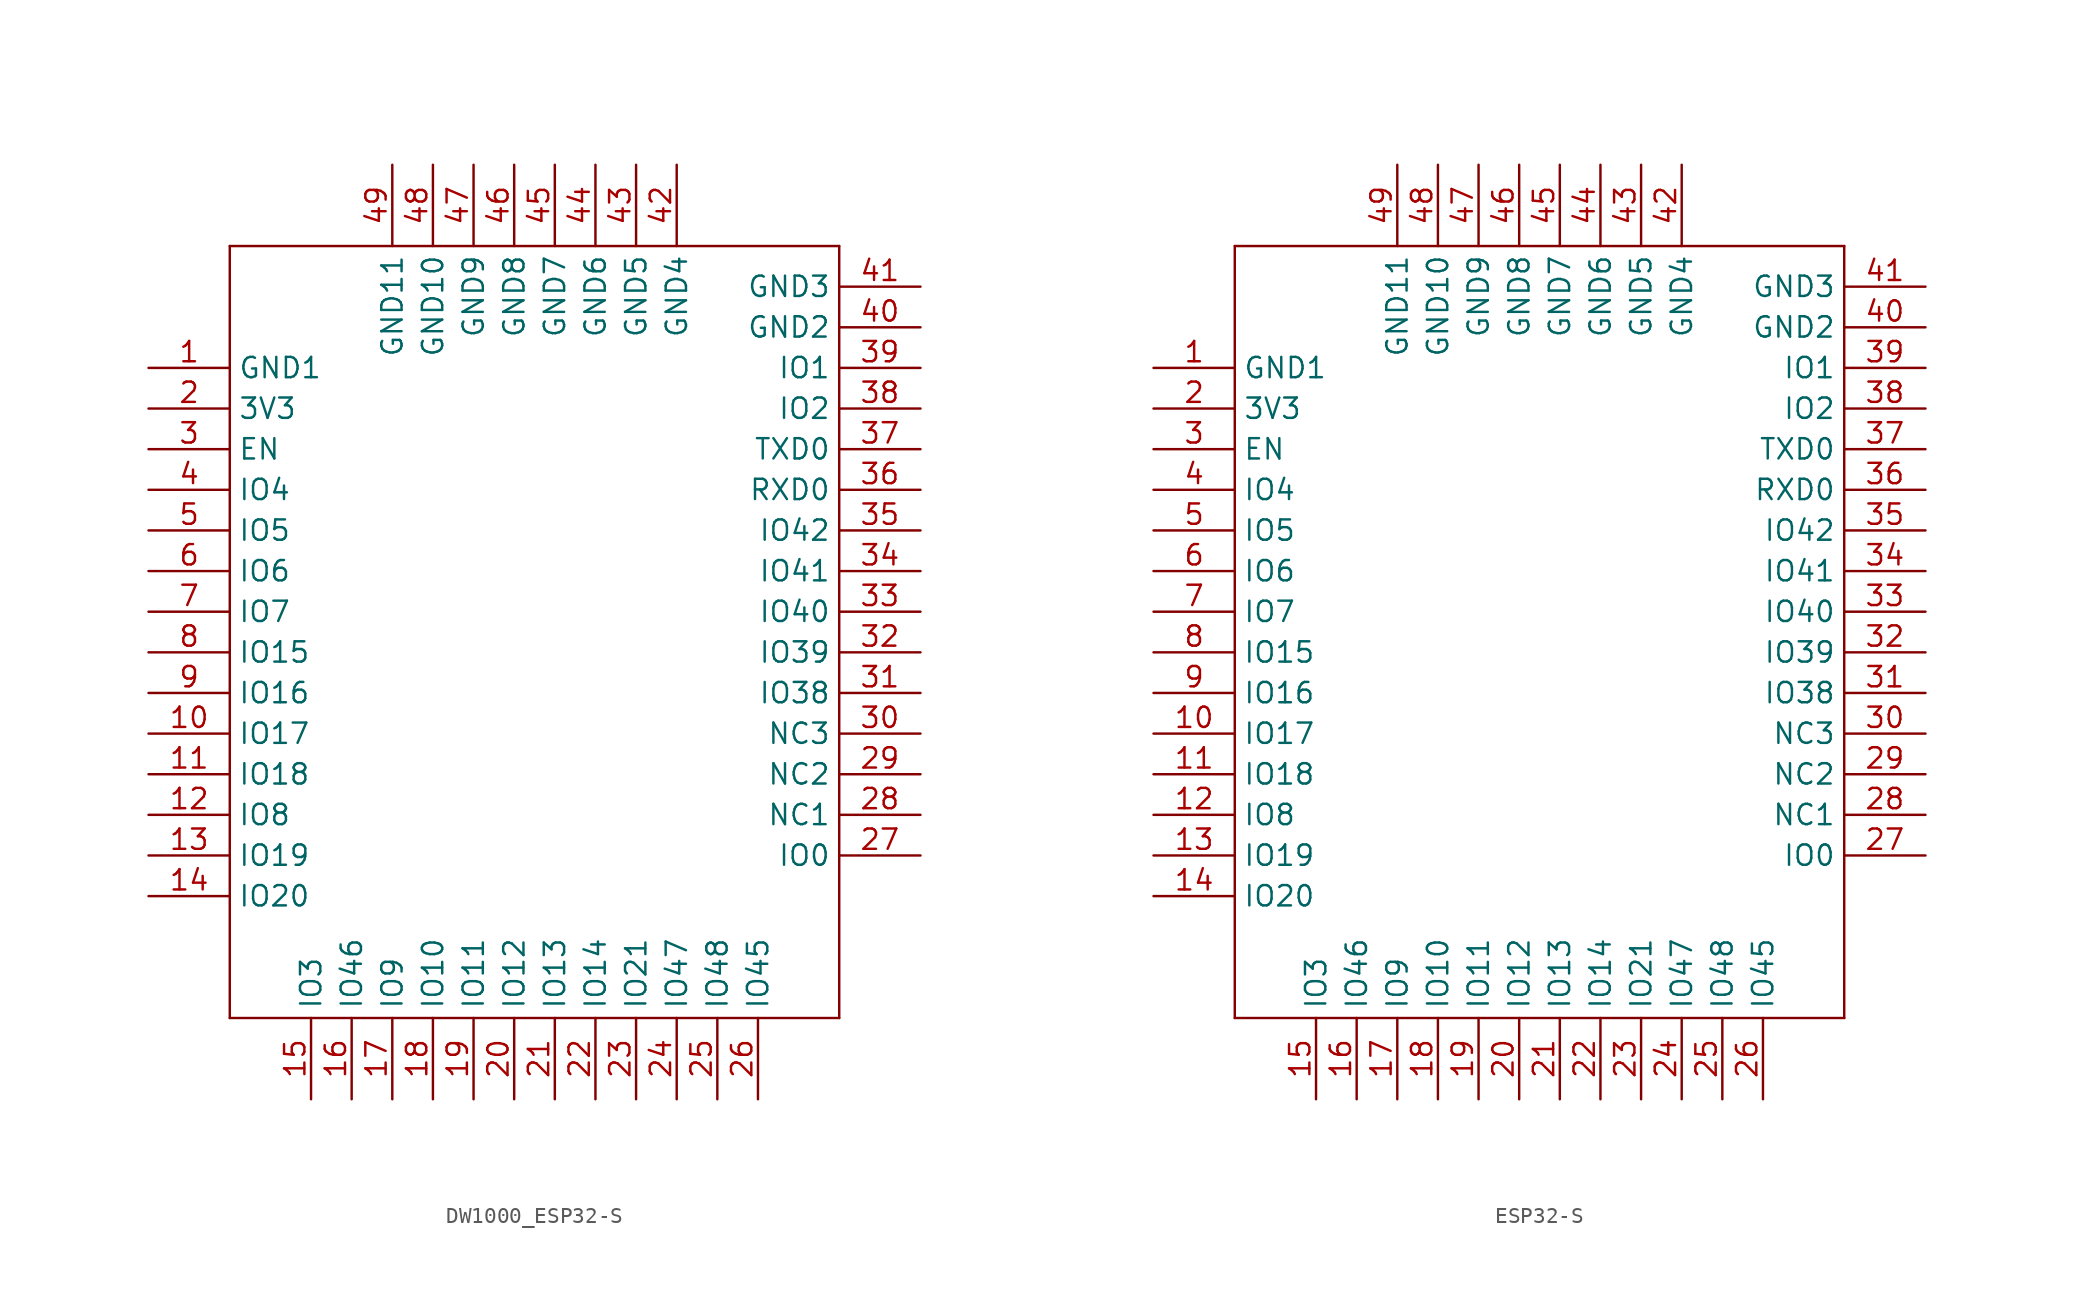
<source format=kicad_sym>
(kicad_symbol_lib
  (version 20231120)
  (generator "kicad_symbol_editor")
  (generator_version "8.0")
  (symbol "DW1000_ESP32-S"
    (property "Reference" ""
      (at -7.62 12.7 0)
      (effects (font (size 1.778 1.511)) (justify left bottom) (hide yes)))
    (property "Value" ""
      (at -7.62 5.08 0)
      (effects (font (size 1.778 1.511)) (justify left bottom)))
    (property "ki_locked" ""
      (at 0 0 0)
      (effects (font (size 1.27 1.27))))
    (symbol "DW1000_ESP32-S_1_0"
      (polyline (pts (xy -20.32 -10.16) (xy -20.32 38.1)) (stroke (width 0.152) (type solid)) (fill (type none)))
      (polyline (pts (xy -20.32 38.1) (xy 17.78 38.1)) (stroke (width 0.152) (type solid)) (fill (type none)))
      (polyline (pts (xy 17.78 -10.16) (xy -20.32 -10.16)) (stroke (width 0.152) (type solid)) (fill (type none)))
      (polyline (pts (xy 17.78 38.1) (xy 17.78 -10.16)) (stroke (width 0.152) (type solid)) (fill (type none)))
      (pin bidirectional line (at -25.4 30.48 0) (length 5.08) (name "GND1" (effects (font (size 1.27 1.27)))) (number "1" (effects (font (size 1.27 1.27)))))
      (pin bidirectional line (at -25.4 7.62 0) (length 5.08) (name "IO17" (effects (font (size 1.27 1.27)))) (number "10" (effects (font (size 1.27 1.27)))))
      (pin bidirectional line (at -25.4 5.08 0) (length 5.08) (name "IO18" (effects (font (size 1.27 1.27)))) (number "11" (effects (font (size 1.27 1.27)))))
      (pin bidirectional line (at -25.4 2.54 0) (length 5.08) (name "IO8" (effects (font (size 1.27 1.27)))) (number "12" (effects (font (size 1.27 1.27)))))
      (pin bidirectional line (at -25.4 0 0) (length 5.08) (name "IO19" (effects (font (size 1.27 1.27)))) (number "13" (effects (font (size 1.27 1.27)))))
      (pin bidirectional line (at -25.4 -2.54 0) (length 5.08) (name "IO20" (effects (font (size 1.27 1.27)))) (number "14" (effects (font (size 1.27 1.27)))))
      (pin bidirectional line (at -15.24 -15.24 90) (length 5.08) (name "IO3" (effects (font (size 1.27 1.27)))) (number "15" (effects (font (size 1.27 1.27)))))
      (pin bidirectional line (at -12.7 -15.24 90) (length 5.08) (name "IO46" (effects (font (size 1.27 1.27)))) (number "16" (effects (font (size 1.27 1.27)))))
      (pin bidirectional line (at -10.16 -15.24 90) (length 5.08) (name "IO9" (effects (font (size 1.27 1.27)))) (number "17" (effects (font (size 1.27 1.27)))))
      (pin bidirectional line (at -7.62 -15.24 90) (length 5.08) (name "IO10" (effects (font (size 1.27 1.27)))) (number "18" (effects (font (size 1.27 1.27)))))
      (pin bidirectional line (at -5.08 -15.24 90) (length 5.08) (name "IO11" (effects (font (size 1.27 1.27)))) (number "19" (effects (font (size 1.27 1.27)))))
      (pin bidirectional line (at -25.4 27.94 0) (length 5.08) (name "3V3" (effects (font (size 1.27 1.27)))) (number "2" (effects (font (size 1.27 1.27)))))
      (pin bidirectional line (at -2.54 -15.24 90) (length 5.08) (name "IO12" (effects (font (size 1.27 1.27)))) (number "20" (effects (font (size 1.27 1.27)))))
      (pin bidirectional line (at 0 -15.24 90) (length 5.08) (name "IO13" (effects (font (size 1.27 1.27)))) (number "21" (effects (font (size 1.27 1.27)))))
      (pin bidirectional line (at 2.54 -15.24 90) (length 5.08) (name "IO14" (effects (font (size 1.27 1.27)))) (number "22" (effects (font (size 1.27 1.27)))))
      (pin bidirectional line (at 5.08 -15.24 90) (length 5.08) (name "IO21" (effects (font (size 1.27 1.27)))) (number "23" (effects (font (size 1.27 1.27)))))
      (pin bidirectional line (at 7.62 -15.24 90) (length 5.08) (name "IO47" (effects (font (size 1.27 1.27)))) (number "24" (effects (font (size 1.27 1.27)))))
      (pin bidirectional line (at 10.16 -15.24 90) (length 5.08) (name "IO48" (effects (font (size 1.27 1.27)))) (number "25" (effects (font (size 1.27 1.27)))))
      (pin bidirectional line (at 12.7 -15.24 90) (length 5.08) (name "IO45" (effects (font (size 1.27 1.27)))) (number "26" (effects (font (size 1.27 1.27)))))
      (pin bidirectional line (at 22.86 0 180) (length 5.08) (name "IO0" (effects (font (size 1.27 1.27)))) (number "27" (effects (font (size 1.27 1.27)))))
      (pin bidirectional line (at 22.86 2.54 180) (length 5.08) (name "NC1" (effects (font (size 1.27 1.27)))) (number "28" (effects (font (size 1.27 1.27)))))
      (pin bidirectional line (at 22.86 5.08 180) (length 5.08) (name "NC2" (effects (font (size 1.27 1.27)))) (number "29" (effects (font (size 1.27 1.27)))))
      (pin bidirectional line (at -25.4 25.4 0) (length 5.08) (name "EN" (effects (font (size 1.27 1.27)))) (number "3" (effects (font (size 1.27 1.27)))))
      (pin bidirectional line (at 22.86 7.62 180) (length 5.08) (name "NC3" (effects (font (size 1.27 1.27)))) (number "30" (effects (font (size 1.27 1.27)))))
      (pin bidirectional line (at 22.86 10.16 180) (length 5.08) (name "IO38" (effects (font (size 1.27 1.27)))) (number "31" (effects (font (size 1.27 1.27)))))
      (pin bidirectional line (at 22.86 12.7 180) (length 5.08) (name "IO39" (effects (font (size 1.27 1.27)))) (number "32" (effects (font (size 1.27 1.27)))))
      (pin bidirectional line (at 22.86 15.24 180) (length 5.08) (name "IO40" (effects (font (size 1.27 1.27)))) (number "33" (effects (font (size 1.27 1.27)))))
      (pin bidirectional line (at 22.86 17.78 180) (length 5.08) (name "IO41" (effects (font (size 1.27 1.27)))) (number "34" (effects (font (size 1.27 1.27)))))
      (pin bidirectional line (at 22.86 20.32 180) (length 5.08) (name "IO42" (effects (font (size 1.27 1.27)))) (number "35" (effects (font (size 1.27 1.27)))))
      (pin bidirectional line (at 22.86 22.86 180) (length 5.08) (name "RXD0" (effects (font (size 1.27 1.27)))) (number "36" (effects (font (size 1.27 1.27)))))
      (pin bidirectional line (at 22.86 25.4 180) (length 5.08) (name "TXD0" (effects (font (size 1.27 1.27)))) (number "37" (effects (font (size 1.27 1.27)))))
      (pin bidirectional line (at 22.86 27.94 180) (length 5.08) (name "IO2" (effects (font (size 1.27 1.27)))) (number "38" (effects (font (size 1.27 1.27)))))
      (pin bidirectional line (at 22.86 30.48 180) (length 5.08) (name "IO1" (effects (font (size 1.27 1.27)))) (number "39" (effects (font (size 1.27 1.27)))))
      (pin bidirectional line (at -25.4 22.86 0) (length 5.08) (name "IO4" (effects (font (size 1.27 1.27)))) (number "4" (effects (font (size 1.27 1.27)))))
      (pin bidirectional line (at 22.86 33.02 180) (length 5.08) (name "GND2" (effects (font (size 1.27 1.27)))) (number "40" (effects (font (size 1.27 1.27)))))
      (pin bidirectional line (at 22.86 35.56 180) (length 5.08) (name "GND3" (effects (font (size 1.27 1.27)))) (number "41" (effects (font (size 1.27 1.27)))))
      (pin bidirectional line (at 7.62 43.18 270) (length 5.08) (name "GND4" (effects (font (size 1.27 1.27)))) (number "42" (effects (font (size 1.27 1.27)))))
      (pin bidirectional line (at 5.08 43.18 270) (length 5.08) (name "GND5" (effects (font (size 1.27 1.27)))) (number "43" (effects (font (size 1.27 1.27)))))
      (pin bidirectional line (at 2.54 43.18 270) (length 5.08) (name "GND6" (effects (font (size 1.27 1.27)))) (number "44" (effects (font (size 1.27 1.27)))))
      (pin bidirectional line (at 0 43.18 270) (length 5.08) (name "GND7" (effects (font (size 1.27 1.27)))) (number "45" (effects (font (size 1.27 1.27)))))
      (pin bidirectional line (at -2.54 43.18 270) (length 5.08) (name "GND8" (effects (font (size 1.27 1.27)))) (number "46" (effects (font (size 1.27 1.27)))))
      (pin bidirectional line (at -5.08 43.18 270) (length 5.08) (name "GND9" (effects (font (size 1.27 1.27)))) (number "47" (effects (font (size 1.27 1.27)))))
      (pin bidirectional line (at -7.62 43.18 270) (length 5.08) (name "GND10" (effects (font (size 1.27 1.27)))) (number "48" (effects (font (size 1.27 1.27)))))
      (pin bidirectional line (at -10.16 43.18 270) (length 5.08) (name "GND11" (effects (font (size 1.27 1.27)))) (number "49" (effects (font (size 1.27 1.27)))))
      (pin bidirectional line (at -25.4 20.32 0) (length 5.08) (name "IO5" (effects (font (size 1.27 1.27)))) (number "5" (effects (font (size 1.27 1.27)))))
      (pin bidirectional line (at -25.4 17.78 0) (length 5.08) (name "IO6" (effects (font (size 1.27 1.27)))) (number "6" (effects (font (size 1.27 1.27)))))
      (pin bidirectional line (at -25.4 15.24 0) (length 5.08) (name "IO7" (effects (font (size 1.27 1.27)))) (number "7" (effects (font (size 1.27 1.27)))))
      (pin bidirectional line (at -25.4 12.7 0) (length 5.08) (name "IO15" (effects (font (size 1.27 1.27)))) (number "8" (effects (font (size 1.27 1.27)))))
      (pin bidirectional line (at -25.4 10.16 0) (length 5.08) (name "IO16" (effects (font (size 1.27 1.27)))) (number "9" (effects (font (size 1.27 1.27)))))))
  (symbol "ESP32-S"
    (property "Reference" ""
      (at -7.62 12.7 0)
      (effects (font (size 1.778 1.511)) (justify left bottom) (hide yes)))
    (property "Value" ""
      (at -7.62 5.08 0)
      (effects (font (size 1.778 1.511)) (justify left bottom)))
    (property "ki_locked" ""
      (at 0 0 0)
      (effects (font (size 1.27 1.27))))
    (symbol "ESP32-S_1_0"
      (polyline (pts (xy -20.32 -10.16) (xy -20.32 38.1)) (stroke (width 0.152) (type solid)) (fill (type none)))
      (polyline (pts (xy -20.32 38.1) (xy 17.78 38.1)) (stroke (width 0.152) (type solid)) (fill (type none)))
      (polyline (pts (xy 17.78 -10.16) (xy -20.32 -10.16)) (stroke (width 0.152) (type solid)) (fill (type none)))
      (polyline (pts (xy 17.78 38.1) (xy 17.78 -10.16)) (stroke (width 0.152) (type solid)) (fill (type none)))
      (pin bidirectional line (at -25.4 30.48 0) (length 5.08) (name "GND1" (effects (font (size 1.27 1.27)))) (number "1" (effects (font (size 1.27 1.27)))))
      (pin bidirectional line (at -25.4 7.62 0) (length 5.08) (name "IO17" (effects (font (size 1.27 1.27)))) (number "10" (effects (font (size 1.27 1.27)))))
      (pin bidirectional line (at -25.4 5.08 0) (length 5.08) (name "IO18" (effects (font (size 1.27 1.27)))) (number "11" (effects (font (size 1.27 1.27)))))
      (pin bidirectional line (at -25.4 2.54 0) (length 5.08) (name "IO8" (effects (font (size 1.27 1.27)))) (number "12" (effects (font (size 1.27 1.27)))))
      (pin bidirectional line (at -25.4 0 0) (length 5.08) (name "IO19" (effects (font (size 1.27 1.27)))) (number "13" (effects (font (size 1.27 1.27)))))
      (pin bidirectional line (at -25.4 -2.54 0) (length 5.08) (name "IO20" (effects (font (size 1.27 1.27)))) (number "14" (effects (font (size 1.27 1.27)))))
      (pin bidirectional line (at -15.24 -15.24 90) (length 5.08) (name "IO3" (effects (font (size 1.27 1.27)))) (number "15" (effects (font (size 1.27 1.27)))))
      (pin bidirectional line (at -12.7 -15.24 90) (length 5.08) (name "IO46" (effects (font (size 1.27 1.27)))) (number "16" (effects (font (size 1.27 1.27)))))
      (pin bidirectional line (at -10.16 -15.24 90) (length 5.08) (name "IO9" (effects (font (size 1.27 1.27)))) (number "17" (effects (font (size 1.27 1.27)))))
      (pin bidirectional line (at -7.62 -15.24 90) (length 5.08) (name "IO10" (effects (font (size 1.27 1.27)))) (number "18" (effects (font (size 1.27 1.27)))))
      (pin bidirectional line (at -5.08 -15.24 90) (length 5.08) (name "IO11" (effects (font (size 1.27 1.27)))) (number "19" (effects (font (size 1.27 1.27)))))
      (pin bidirectional line (at -25.4 27.94 0) (length 5.08) (name "3V3" (effects (font (size 1.27 1.27)))) (number "2" (effects (font (size 1.27 1.27)))))
      (pin bidirectional line (at -2.54 -15.24 90) (length 5.08) (name "IO12" (effects (font (size 1.27 1.27)))) (number "20" (effects (font (size 1.27 1.27)))))
      (pin bidirectional line (at 0 -15.24 90) (length 5.08) (name "IO13" (effects (font (size 1.27 1.27)))) (number "21" (effects (font (size 1.27 1.27)))))
      (pin bidirectional line (at 2.54 -15.24 90) (length 5.08) (name "IO14" (effects (font (size 1.27 1.27)))) (number "22" (effects (font (size 1.27 1.27)))))
      (pin bidirectional line (at 5.08 -15.24 90) (length 5.08) (name "IO21" (effects (font (size 1.27 1.27)))) (number "23" (effects (font (size 1.27 1.27)))))
      (pin bidirectional line (at 7.62 -15.24 90) (length 5.08) (name "IO47" (effects (font (size 1.27 1.27)))) (number "24" (effects (font (size 1.27 1.27)))))
      (pin bidirectional line (at 10.16 -15.24 90) (length 5.08) (name "IO48" (effects (font (size 1.27 1.27)))) (number "25" (effects (font (size 1.27 1.27)))))
      (pin bidirectional line (at 12.7 -15.24 90) (length 5.08) (name "IO45" (effects (font (size 1.27 1.27)))) (number "26" (effects (font (size 1.27 1.27)))))
      (pin bidirectional line (at 22.86 0 180) (length 5.08) (name "IO0" (effects (font (size 1.27 1.27)))) (number "27" (effects (font (size 1.27 1.27)))))
      (pin bidirectional line (at 22.86 2.54 180) (length 5.08) (name "NC1" (effects (font (size 1.27 1.27)))) (number "28" (effects (font (size 1.27 1.27)))))
      (pin bidirectional line (at 22.86 5.08 180) (length 5.08) (name "NC2" (effects (font (size 1.27 1.27)))) (number "29" (effects (font (size 1.27 1.27)))))
      (pin bidirectional line (at -25.4 25.4 0) (length 5.08) (name "EN" (effects (font (size 1.27 1.27)))) (number "3" (effects (font (size 1.27 1.27)))))
      (pin bidirectional line (at 22.86 7.62 180) (length 5.08) (name "NC3" (effects (font (size 1.27 1.27)))) (number "30" (effects (font (size 1.27 1.27)))))
      (pin bidirectional line (at 22.86 10.16 180) (length 5.08) (name "IO38" (effects (font (size 1.27 1.27)))) (number "31" (effects (font (size 1.27 1.27)))))
      (pin bidirectional line (at 22.86 12.7 180) (length 5.08) (name "IO39" (effects (font (size 1.27 1.27)))) (number "32" (effects (font (size 1.27 1.27)))))
      (pin bidirectional line (at 22.86 15.24 180) (length 5.08) (name "IO40" (effects (font (size 1.27 1.27)))) (number "33" (effects (font (size 1.27 1.27)))))
      (pin bidirectional line (at 22.86 17.78 180) (length 5.08) (name "IO41" (effects (font (size 1.27 1.27)))) (number "34" (effects (font (size 1.27 1.27)))))
      (pin bidirectional line (at 22.86 20.32 180) (length 5.08) (name "IO42" (effects (font (size 1.27 1.27)))) (number "35" (effects (font (size 1.27 1.27)))))
      (pin bidirectional line (at 22.86 22.86 180) (length 5.08) (name "RXD0" (effects (font (size 1.27 1.27)))) (number "36" (effects (font (size 1.27 1.27)))))
      (pin bidirectional line (at 22.86 25.4 180) (length 5.08) (name "TXD0" (effects (font (size 1.27 1.27)))) (number "37" (effects (font (size 1.27 1.27)))))
      (pin bidirectional line (at 22.86 27.94 180) (length 5.08) (name "IO2" (effects (font (size 1.27 1.27)))) (number "38" (effects (font (size 1.27 1.27)))))
      (pin bidirectional line (at 22.86 30.48 180) (length 5.08) (name "IO1" (effects (font (size 1.27 1.27)))) (number "39" (effects (font (size 1.27 1.27)))))
      (pin bidirectional line (at -25.4 22.86 0) (length 5.08) (name "IO4" (effects (font (size 1.27 1.27)))) (number "4" (effects (font (size 1.27 1.27)))))
      (pin bidirectional line (at 22.86 33.02 180) (length 5.08) (name "GND2" (effects (font (size 1.27 1.27)))) (number "40" (effects (font (size 1.27 1.27)))))
      (pin bidirectional line (at 22.86 35.56 180) (length 5.08) (name "GND3" (effects (font (size 1.27 1.27)))) (number "41" (effects (font (size 1.27 1.27)))))
      (pin bidirectional line (at 7.62 43.18 270) (length 5.08) (name "GND4" (effects (font (size 1.27 1.27)))) (number "42" (effects (font (size 1.27 1.27)))))
      (pin bidirectional line (at 5.08 43.18 270) (length 5.08) (name "GND5" (effects (font (size 1.27 1.27)))) (number "43" (effects (font (size 1.27 1.27)))))
      (pin bidirectional line (at 2.54 43.18 270) (length 5.08) (name "GND6" (effects (font (size 1.27 1.27)))) (number "44" (effects (font (size 1.27 1.27)))))
      (pin bidirectional line (at 0 43.18 270) (length 5.08) (name "GND7" (effects (font (size 1.27 1.27)))) (number "45" (effects (font (size 1.27 1.27)))))
      (pin bidirectional line (at -2.54 43.18 270) (length 5.08) (name "GND8" (effects (font (size 1.27 1.27)))) (number "46" (effects (font (size 1.27 1.27)))))
      (pin bidirectional line (at -5.08 43.18 270) (length 5.08) (name "GND9" (effects (font (size 1.27 1.27)))) (number "47" (effects (font (size 1.27 1.27)))))
      (pin bidirectional line (at -7.62 43.18 270) (length 5.08) (name "GND10" (effects (font (size 1.27 1.27)))) (number "48" (effects (font (size 1.27 1.27)))))
      (pin bidirectional line (at -10.16 43.18 270) (length 5.08) (name "GND11" (effects (font (size 1.27 1.27)))) (number "49" (effects (font (size 1.27 1.27)))))
      (pin bidirectional line (at -25.4 20.32 0) (length 5.08) (name "IO5" (effects (font (size 1.27 1.27)))) (number "5" (effects (font (size 1.27 1.27)))))
      (pin bidirectional line (at -25.4 17.78 0) (length 5.08) (name "IO6" (effects (font (size 1.27 1.27)))) (number "6" (effects (font (size 1.27 1.27)))))
      (pin bidirectional line (at -25.4 15.24 0) (length 5.08) (name "IO7" (effects (font (size 1.27 1.27)))) (number "7" (effects (font (size 1.27 1.27)))))
      (pin bidirectional line (at -25.4 12.7 0) (length 5.08) (name "IO15" (effects (font (size 1.27 1.27)))) (number "8" (effects (font (size 1.27 1.27)))))
      (pin bidirectional line (at -25.4 10.16 0) (length 5.08) (name "IO16" (effects (font (size 1.27 1.27)))) (number "9" (effects (font (size 1.27 1.27))))))))
</source>
